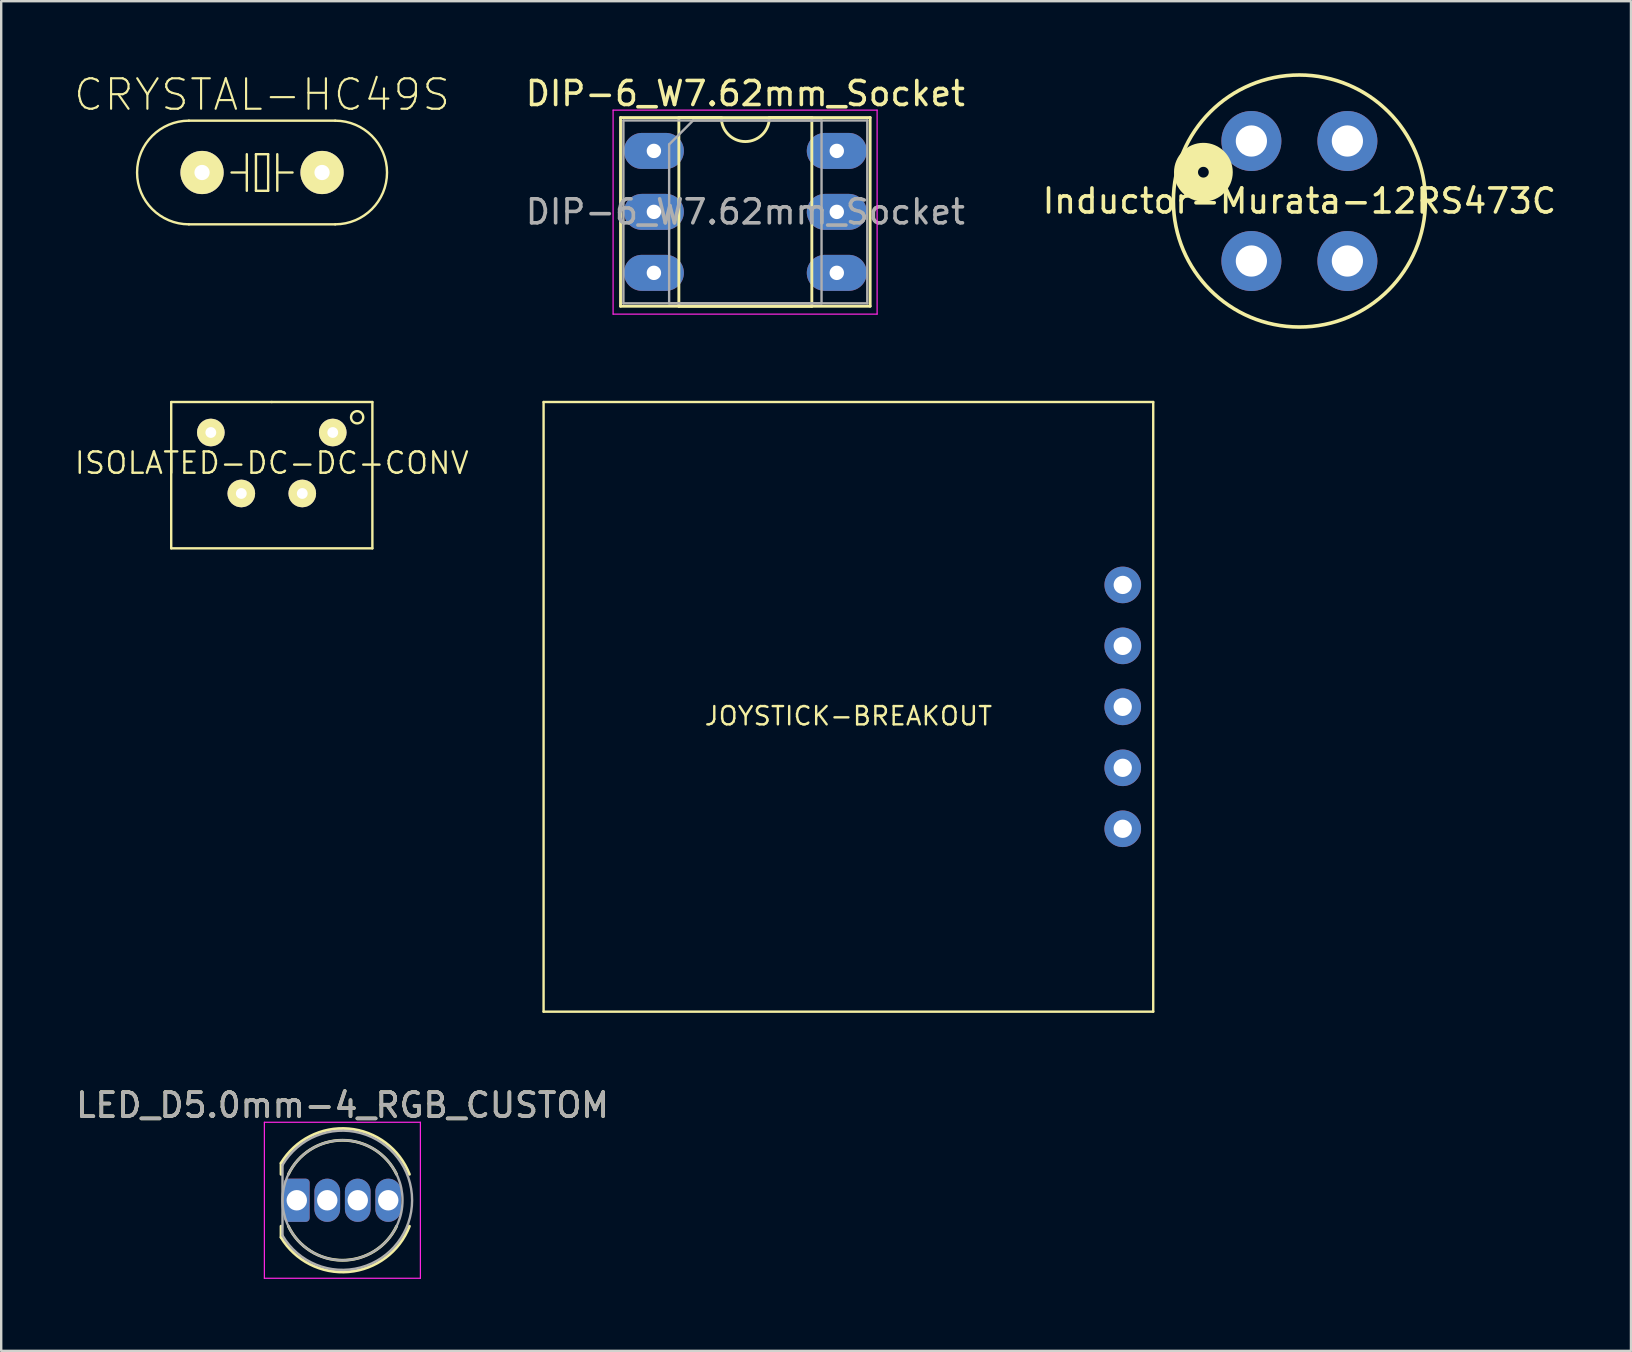
<source format=kicad_pcb>
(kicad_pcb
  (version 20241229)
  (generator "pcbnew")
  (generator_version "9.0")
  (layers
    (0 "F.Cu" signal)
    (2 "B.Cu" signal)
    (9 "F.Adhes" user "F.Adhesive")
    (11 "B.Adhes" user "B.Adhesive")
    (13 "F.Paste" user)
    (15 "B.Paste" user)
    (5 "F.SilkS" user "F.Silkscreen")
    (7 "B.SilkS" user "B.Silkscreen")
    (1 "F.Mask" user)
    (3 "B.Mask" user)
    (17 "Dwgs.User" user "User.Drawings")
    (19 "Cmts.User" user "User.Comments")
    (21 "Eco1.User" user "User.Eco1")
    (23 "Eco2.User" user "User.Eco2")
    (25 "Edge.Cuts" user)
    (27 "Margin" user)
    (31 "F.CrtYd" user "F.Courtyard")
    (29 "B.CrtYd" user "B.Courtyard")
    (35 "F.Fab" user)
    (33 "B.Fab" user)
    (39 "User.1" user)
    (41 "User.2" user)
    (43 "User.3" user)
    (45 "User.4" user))
  (footprint "CRYSTAL-HC49S"
    (layer "F.Cu")
    (at 7.868 4.137)
    (property "Reference" "CRYSTAL-HC49S" (at 0 -3.239 0) (layer "F.SilkS") (effects (font (size 1.27 1.27) (thickness 0.089))))
    (attr exclude_from_pos_files exclude_from_bom)
    (fp_line (start -3.048 -2.159) (end 3.048 -2.159) (stroke (width 0.1) (type solid)) (layer "F.SilkS"))
    (fp_line (start -3.048 2.159) (end 3.048 2.159) (stroke (width 0.1) (type solid)) (layer "F.SilkS"))
    (fp_line (start -0.635 -0.762) (end -0.635 0) (stroke (width 0.1) (type solid)) (layer "F.SilkS"))
    (fp_line (start -0.635 0) (end -1.27 0) (stroke (width 0.1) (type solid)) (layer "F.SilkS"))
    (fp_line (start -0.635 0) (end -0.635 0.762) (stroke (width 0.1) (type solid)) (layer "F.SilkS"))
    (fp_line (start -0.254 -0.762) (end 0.254 -0.762) (stroke (width 0.1) (type solid)) (layer "F.SilkS"))
    (fp_line (start -0.254 0.762) (end -0.254 -0.762) (stroke (width 0.1) (type solid)) (layer "F.SilkS"))
    (fp_line (start 0.254 -0.762) (end 0.254 0.762) (stroke (width 0.1) (type solid)) (layer "F.SilkS"))
    (fp_line (start 0.254 0.762) (end -0.254 0.762) (stroke (width 0.1) (type solid)) (layer "F.SilkS"))
    (fp_line (start 0.635 -0.762) (end 0.635 0) (stroke (width 0.1) (type solid)) (layer "F.SilkS"))
    (fp_line (start 0.635 0) (end 0.635 0.762) (stroke (width 0.1) (type solid)) (layer "F.SilkS"))
    (fp_line (start 0.635 0) (end 1.27 0) (stroke (width 0.1) (type solid)) (layer "F.SilkS"))
    (fp_arc (start -3.048 2.159) (mid -5.207 0) (end -3.048 -2.159) (stroke (width 0.1) (type solid)) (layer "F.SilkS"))
    (fp_arc (start 3.048 -2.159) (mid 5.207 0) (end 3.048 2.159) (stroke (width 0.1) (type solid)) (layer "F.SilkS"))
    (pad "1" thru_hole circle (at -2.5 0) (size 1.8 1.8) (drill 0.635) (layers "*.Cu" "*.Mask" "F.SilkS"))
    (pad "2" thru_hole circle (at 2.5 0) (size 1.8 1.8) (drill 0.635) (layers "*.Cu" "*.Mask" "F.SilkS")))
  (footprint "JOYSTICK-BREAKOUT"
    (layer "F.Cu")
    (at 32.298 26.4)
    (property "Reference" "JOYSTICK-BREAKOUT" (at 0 0.381 0) (layer "F.SilkS") (effects (font (size 0.762 0.762) (thickness 0.1))))
    (attr through_hole)
    (fp_line (start -12.7 -12.7) (end -12.7 12.7) (stroke (width 0.1) (type solid)) (layer "F.SilkS"))
    (fp_line (start -12.7 -12.7) (end 12.7 -12.7) (stroke (width 0.1) (type solid)) (layer "F.SilkS"))
    (fp_line (start -12.7 12.7) (end 12.7 12.7) (stroke (width 0.1) (type solid)) (layer "F.SilkS"))
    (fp_line (start 12.7 -12.7) (end 12.7 12.7) (stroke (width 0.1) (type solid)) (layer "F.SilkS"))
    (pad "1" thru_hole circle (at 11.43 -5.08) (size 1.524 1.524) (drill 0.762) (layers "*.Cu" "*.Mask"))
    (pad "2" thru_hole circle (at 11.43 -2.54) (size 1.524 1.524) (drill 0.762) (layers "*.Cu" "*.Mask"))
    (pad "3" thru_hole circle (at 11.43 0) (size 1.524 1.524) (drill 0.762) (layers "*.Cu" "*.Mask"))
    (pad "4" thru_hole circle (at 11.43 2.54) (size 1.524 1.524) (drill 0.762) (layers "*.Cu" "*.Mask"))
    (pad "5" thru_hole circle (at 11.43 5.08) (size 1.524 1.524) (drill 0.762) (layers "*.Cu" "*.Mask")))
  (footprint "LED_D5.0mm-4_RGB_CUSTOM"
    (layer "F.Cu")
    (at 9.315 46.958)
    (property "Reference" "LED_D5.0mm-4_RGB_CUSTOM" (at 1.905 -3.96 0) (layer "F.SilkS") (effects (font (size 1 1) (thickness 0.15))))
    (attr through_hole)
    (fp_line (start -0.655 -1.545) (end -0.655 -1.08) (stroke (width 0.12) (type solid)) (layer "F.SilkS"))
    (fp_line (start -0.655 1.08) (end -0.655 1.545) (stroke (width 0.12) (type solid)) (layer "F.SilkS"))
    (fp_arc (start -0.655 -1.54483) (mid 2.163456 -2.978809) (end 4.692815 -1.080827) (stroke (width 0.12) (type solid)) (layer "F.SilkS"))
    (fp_arc (start -0.349684 -1.08) (mid 1.904762 -2.5) (end 4.159479 -1.080429) (stroke (width 0.12) (type solid)) (layer "F.SilkS"))
    (fp_arc (start 4.159479 1.080429) (mid 1.904762 2.5) (end -0.349684 1.08) (stroke (width 0.12) (type solid)) (layer "F.SilkS"))
    (fp_arc (start 4.692815 1.080827) (mid 2.163456 2.978808) (end -0.655 1.54483) (stroke (width 0.12) (type solid)) (layer "F.SilkS"))
    (fp_line (start -1.35 -3.25) (end -1.35 3.25) (stroke (width 0.05) (type solid)) (layer "F.CrtYd"))
    (fp_line (start -1.35 3.25) (end 5.15 3.25) (stroke (width 0.05) (type solid)) (layer "F.CrtYd"))
    (fp_line (start 5.15 -3.25) (end -1.35 -3.25) (stroke (width 0.05) (type solid)) (layer "F.CrtYd"))
    (fp_line (start 5.15 3.25) (end 5.15 -3.25) (stroke (width 0.05) (type solid)) (layer "F.CrtYd"))
    (fp_line (start -0.595 -1.47) (end -0.595 1.47) (stroke (width 0.1) (type solid)) (layer "F.Fab"))
    (fp_arc (start -0.595 -1.469694) (mid 4.805 0.000016) (end -0.595016 1.469666) (stroke (width 0.1) (type solid)) (layer "F.Fab"))
    (fp_circle (center 1.905 0) (end 4.405 0) (stroke (width 0.1) (type solid)) (fill no) (layer "F.Fab"))
    (fp_text user "${REFERENCE}" (at 1.905 -3.96 0) (layer "F.Fab") (effects (font (size 1 1) (thickness 0.15))))
    (pad "1" thru_hole roundrect (at 0 0) (size 1.07 1.8) (drill 0.85) (layers "*.Cu" "*.Mask") (roundrect_rratio 0.15))
    (pad "2" thru_hole oval (at 1.27 0) (size 1.07 1.8) (drill 0.85) (layers "*.Cu" "*.Mask"))
    (pad "3" thru_hole oval (at 2.54 0) (size 1.07 1.8) (drill 0.85) (layers "*.Cu" "*.Mask"))
    (pad "4" thru_hole oval (at 3.81 0) (size 1.07 1.8) (drill 0.85) (layers "*.Cu" "*.Mask")))
  (footprint "DIP-6_W7.62mm_Socket"
    (layer "F.Cu")
    (at 24.194 3.238)
    (property "Reference" "DIP-6_W7.62mm_Socket" (at 3.81 -2.39 0) (layer "F.SilkS") (effects (font (size 1 1) (thickness 0.15))))
    (attr through_hole)
    (fp_line (start -1.39 -1.39) (end -1.39 6.47) (stroke (width 0.12) (type solid)) (layer "F.SilkS"))
    (fp_line (start -1.39 6.47) (end 9.01 6.47) (stroke (width 0.12) (type solid)) (layer "F.SilkS"))
    (fp_line (start 1.04 -1.39) (end 1.04 6.47) (stroke (width 0.12) (type solid)) (layer "F.SilkS"))
    (fp_line (start 1.04 6.47) (end 6.58 6.47) (stroke (width 0.12) (type solid)) (layer "F.SilkS"))
    (fp_line (start 2.81 -1.39) (end 1.04 -1.39) (stroke (width 0.12) (type solid)) (layer "F.SilkS"))
    (fp_line (start 6.58 -1.39) (end 4.81 -1.39) (stroke (width 0.12) (type solid)) (layer "F.SilkS"))
    (fp_line (start 6.58 6.47) (end 6.58 -1.39) (stroke (width 0.12) (type solid)) (layer "F.SilkS"))
    (fp_line (start 9.01 -1.39) (end -1.39 -1.39) (stroke (width 0.12) (type solid)) (layer "F.SilkS"))
    (fp_line (start 9.01 6.47) (end 9.01 -1.39) (stroke (width 0.12) (type solid)) (layer "F.SilkS"))
    (fp_arc (start 4.81 -1.39) (mid 3.81 -0.39) (end 2.81 -1.39) (stroke (width 0.12) (type solid)) (layer "F.SilkS"))
    (fp_line (start -1.7 -1.7) (end -1.7 6.8) (stroke (width 0.05) (type solid)) (layer "F.CrtYd"))
    (fp_line (start -1.7 6.8) (end 9.3 6.8) (stroke (width 0.05) (type solid)) (layer "F.CrtYd"))
    (fp_line (start 9.3 -1.7) (end -1.7 -1.7) (stroke (width 0.05) (type solid)) (layer "F.CrtYd"))
    (fp_line (start 9.3 6.8) (end 9.3 -1.7) (stroke (width 0.05) (type solid)) (layer "F.CrtYd"))
    (fp_line (start -1.27 -1.27) (end -1.27 6.35) (stroke (width 0.1) (type solid)) (layer "F.Fab"))
    (fp_line (start -1.27 6.35) (end 8.89 6.35) (stroke (width 0.1) (type solid)) (layer "F.Fab"))
    (fp_line (start 0.635 -0.27) (end 1.635 -1.27) (stroke (width 0.1) (type solid)) (layer "F.Fab"))
    (fp_line (start 0.635 6.35) (end 0.635 -0.27) (stroke (width 0.1) (type solid)) (layer "F.Fab"))
    (fp_line (start 1.635 -1.27) (end 6.985 -1.27) (stroke (width 0.1) (type solid)) (layer "F.Fab"))
    (fp_line (start 6.985 -1.27) (end 6.985 6.35) (stroke (width 0.1) (type solid)) (layer "F.Fab"))
    (fp_line (start 6.985 6.35) (end 0.635 6.35) (stroke (width 0.1) (type solid)) (layer "F.Fab"))
    (fp_line (start 8.89 -1.27) (end -1.27 -1.27) (stroke (width 0.1) (type solid)) (layer "F.Fab"))
    (fp_line (start 8.89 6.35) (end 8.89 -1.27) (stroke (width 0.1) (type solid)) (layer "F.Fab"))
    (fp_text user "${REFERENCE}" (at 3.81 2.54 0) (layer "F.Fab") (effects (font (size 1 1) (thickness 0.15))))
    (pad "1" thru_hole oval (at 0 0) (size 2.5 1.5) (drill 0.6) (layers "*.Cu" "*.Mask"))
    (pad "2" thru_hole oval (at 0 2.54) (size 2.5 1.5) (drill 0.6) (layers "*.Cu" "*.Mask"))
    (pad "3" thru_hole oval (at 0 5.08) (size 2.5 1.5) (drill 0.6) (layers "*.Cu" "*.Mask"))
    (pad "4" thru_hole oval (at 7.62 5.08) (size 2.5 1.5) (drill 0.6) (layers "*.Cu" "*.Mask"))
    (pad "5" thru_hole oval (at 7.62 2.54) (size 2.5 1.5) (drill 0.6) (layers "*.Cu" "*.Mask"))
    (pad "6" thru_hole oval (at 7.62 0) (size 2.5 1.5) (drill 0.6) (layers "*.Cu" "*.Mask")))
  (footprint "Inductor-Murata-12RS473C"
    (layer "F.Cu")
    (at 51.088 5.325)
    (property "Reference" "Inductor-Murata-12RS473C" (at 0 0 0) (layer "F.SilkS") (effects (font (size 1 1) (thickness 0.15))))
    (attr through_hole)
    (fp_circle (center -4 -1.2) (end -3.776 -1.2) (stroke (width 1) (type solid)) (fill no) (layer "F.SilkS"))
    (fp_circle (center 0 0) (end 5.25 0) (stroke (width 0.15) (type solid)) (fill no) (layer "F.SilkS"))
    (pad "1" thru_hole circle (at -2 -2.5) (size 2.5 2.5) (drill 1.3) (layers "*.Cu" "*.Mask"))
    (pad "2" thru_hole circle (at 2 2.5) (size 2.5 2.5) (drill 1.3) (layers "*.Cu" "*.Mask"))
    (pad "~" thru_hole circle (at -2 2.5) (size 2.5 2.5) (drill 1.3) (layers "*.Cu" "*.Mask"))
    (pad "~" thru_hole circle (at 2 -2.5) (size 2.5 2.5) (drill 1.3) (layers "*.Cu" "*.Mask")))
  (footprint "ISOLATED-DC-DC-CONV"
    (layer "F.Cu")
    (at 8.274 16.24)
    (property "Reference" "ISOLATED-DC-DC-CONV" (at 0 0 0) (layer "F.SilkS") (effects (font (size 0.889 0.889) (thickness 0.1))))
    (attr through_hole)
    (fp_line (start -4.191 -2.54) (end 0 -2.54) (stroke (width 0.1) (type solid)) (layer "F.SilkS"))
    (fp_line (start -4.191 3.556) (end -4.191 -2.54) (stroke (width 0.1) (type solid)) (layer "F.SilkS"))
    (fp_line (start 0 -2.54) (end 4.191 -2.54) (stroke (width 0.1) (type solid)) (layer "F.SilkS"))
    (fp_line (start 4.191 -2.54) (end 4.191 3.556) (stroke (width 0.1) (type solid)) (layer "F.SilkS"))
    (fp_line (start 4.191 3.556) (end -4.191 3.556) (stroke (width 0.1) (type solid)) (layer "F.SilkS"))
    (fp_circle (center 3.556 -1.905) (end 3.302 -1.905) (stroke (width 0.1) (type solid)) (fill no) (layer "F.SilkS"))
    (pad "1" thru_hole circle (at 2.54 -1.27) (size 1.15 1.15) (drill 0.45) (layers "*.Cu" "*.Mask" "F.SilkS"))
    (pad "2" thru_hole circle (at 1.27 1.27) (size 1.15 1.15) (drill 0.45) (layers "*.Cu" "*.Mask" "F.SilkS"))
    (pad "3" thru_hole circle (at -1.27 1.27) (size 1.15 1.15) (drill 0.45) (layers "*.Cu" "*.Mask" "F.SilkS"))
    (pad "4" thru_hole circle (at -2.54 -1.27) (size 1.15 1.15) (drill 0.45) (layers "*.Cu" "*.Mask" "F.SilkS")))
  (gr_rect
    (start -3 -3)
    (end 64.903 53.233)
    (stroke (width 0.1) (type default))
    (fill no)
    (layer "Edge.Cuts")))
</source>
